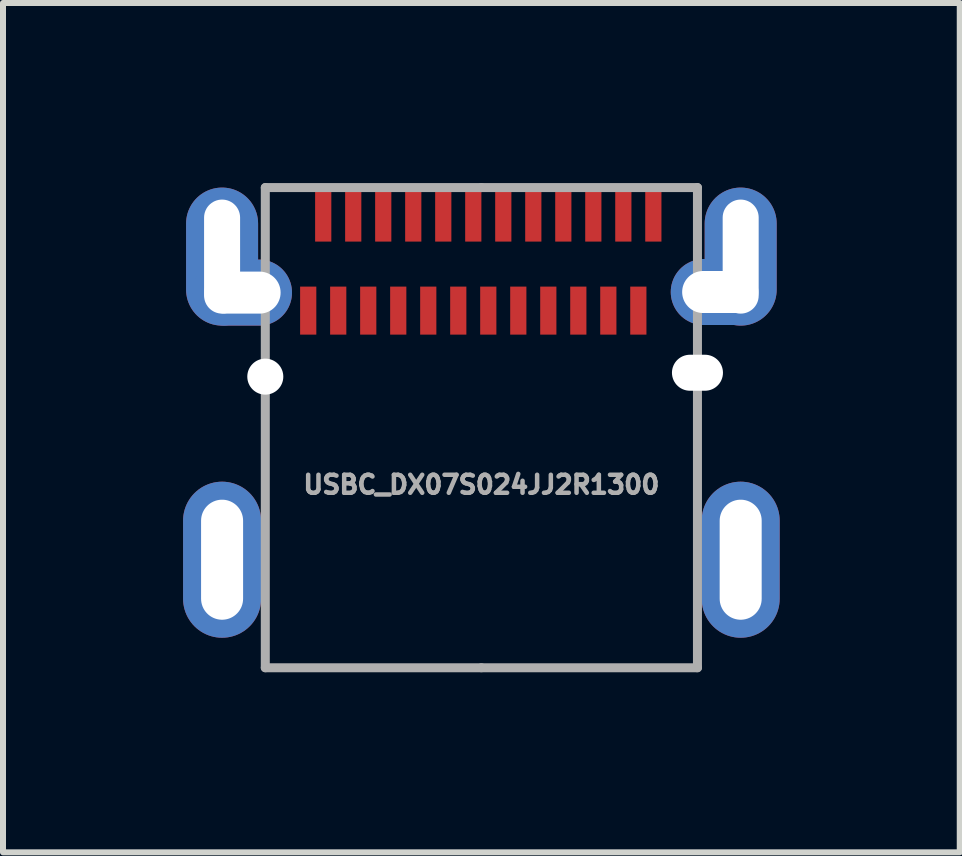
<source format=kicad_pcb>
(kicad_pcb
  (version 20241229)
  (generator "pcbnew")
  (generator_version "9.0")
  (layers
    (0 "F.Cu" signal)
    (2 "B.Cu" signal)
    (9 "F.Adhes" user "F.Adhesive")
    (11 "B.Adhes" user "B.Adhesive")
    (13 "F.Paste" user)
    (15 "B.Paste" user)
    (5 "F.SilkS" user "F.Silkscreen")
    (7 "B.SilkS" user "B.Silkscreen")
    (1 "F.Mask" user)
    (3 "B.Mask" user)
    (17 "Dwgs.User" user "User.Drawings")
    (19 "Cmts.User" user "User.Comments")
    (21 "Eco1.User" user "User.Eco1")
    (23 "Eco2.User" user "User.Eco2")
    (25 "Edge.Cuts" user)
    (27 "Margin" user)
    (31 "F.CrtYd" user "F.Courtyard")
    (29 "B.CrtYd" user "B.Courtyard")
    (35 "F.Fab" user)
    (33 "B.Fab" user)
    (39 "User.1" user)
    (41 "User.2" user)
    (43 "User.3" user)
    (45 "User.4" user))
  (footprint "USBC_DX07S024JJ2R1300"
    (layer "F.Cu")
    (at 4.97 3.225)
    (property "Reference" "USBC_DX07S024JJ2R1300" (at 0 1.8 0) (layer "F.Fab") (effects (font (size 0.3 0.3) (thickness 0.075))))
    (attr smd)
    (fp_line (start -3.6 -3.15) (end 0 -3.15) (stroke (width 0.15) (type solid)) (layer "F.Fab"))
    (fp_line (start -3.6 4.85) (end -3.6 -3.15) (stroke (width 0.15) (type solid)) (layer "F.Fab"))
    (fp_line (start 0 -3.15) (end 3.6 -3.15) (stroke (width 0.15) (type solid)) (layer "F.Fab"))
    (fp_line (start 0 4.85) (end -3.6 4.85) (stroke (width 0.15) (type solid)) (layer "F.Fab"))
    (fp_line (start 3.6 -3.15) (end 3.6 4.85) (stroke (width 0.15) (type solid)) (layer "F.Fab"))
    (fp_line (start 3.6 4.85) (end 0 4.85) (stroke (width 0.15) (type solid)) (layer "F.Fab"))
    (pad "" np_thru_hole circle (at -3.6 0 270) (size 0.6 0.6) (drill 0.6) (layers "*.Mask" "F.Cu"))
    (pad "" np_thru_hole oval (at 3.6 -0.065 270) (size 0.6 0.85) (drill oval 0.6 0.85) (layers "*.Mask" "F.Cu"))
    (pad "A1" smd rect (at -2.635 -2.7) (size 0.27 0.9) (layers "F.Cu" "F.Mask" "F.Paste"))
    (pad "A2" smd rect (at -2.135 -2.7) (size 0.27 0.9) (layers "F.Cu" "F.Mask" "F.Paste"))
    (pad "A3" smd rect (at -1.635 -2.7) (size 0.27 0.9) (layers "F.Cu" "F.Mask" "F.Paste"))
    (pad "A4" smd rect (at -1.135 -2.7) (size 0.27 0.9) (layers "F.Cu" "F.Mask" "F.Paste"))
    (pad "A5" smd rect (at -0.635 -2.7) (size 0.27 0.9) (layers "F.Cu" "F.Mask" "F.Paste"))
    (pad "A6" smd rect (at -0.135 -2.7) (size 0.27 0.9) (layers "F.Cu" "F.Mask" "F.Paste"))
    (pad "A7" smd rect (at 0.365 -2.7) (size 0.27 0.9) (layers "F.Cu" "F.Mask" "F.Paste"))
    (pad "A8" smd rect (at 0.865 -2.7) (size 0.27 0.9) (layers "F.Cu" "F.Mask" "F.Paste"))
    (pad "A9" smd rect (at 1.365 -2.7) (size 0.27 0.9) (layers "F.Cu" "F.Mask" "F.Paste"))
    (pad "A10" smd rect (at 1.865 -2.7) (size 0.27 0.9) (layers "F.Cu" "F.Mask" "F.Paste"))
    (pad "A11" smd rect (at 2.365 -2.7) (size 0.27 0.9) (layers "F.Cu" "F.Mask" "F.Paste"))
    (pad "A12" smd rect (at 2.865 -2.7) (size 0.27 0.9) (layers "F.Cu" "F.Mask" "F.Paste"))
    (pad "B1" smd rect (at 2.615 -1.1) (size 0.27 0.8) (layers "F.Cu" "F.Mask" "F.Paste"))
    (pad "B2" smd rect (at 2.115 -1.1) (size 0.27 0.8) (layers "F.Cu" "F.Mask" "F.Paste"))
    (pad "B3" smd rect (at 1.615 -1.1) (size 0.27 0.8) (layers "F.Cu" "F.Mask" "F.Paste"))
    (pad "B4" smd rect (at 1.115 -1.1) (size 0.27 0.8) (layers "F.Cu" "F.Mask" "F.Paste"))
    (pad "B5" smd rect (at 0.615 -1.1) (size 0.27 0.8) (layers "F.Cu" "F.Mask" "F.Paste"))
    (pad "B6" smd rect (at 0.115 -1.1) (size 0.27 0.8) (layers "F.Cu" "F.Mask" "F.Paste"))
    (pad "B7" smd rect (at -0.385 -1.1) (size 0.27 0.8) (layers "F.Cu" "F.Mask" "F.Paste"))
    (pad "B8" smd rect (at -0.885 -1.1) (size 0.27 0.8) (layers "F.Cu" "F.Mask" "F.Paste"))
    (pad "B9" smd rect (at -1.385 -1.1) (size 0.27 0.8) (layers "F.Cu" "F.Mask" "F.Paste"))
    (pad "B10" smd rect (at -1.885 -1.1) (size 0.27 0.8) (layers "F.Cu" "F.Mask" "F.Paste"))
    (pad "B11" smd rect (at -2.385 -1.1) (size 0.27 0.8) (layers "F.Cu" "F.Mask" "F.Paste"))
    (pad "B12" smd rect (at -2.885 -1.1) (size 0.27 0.8) (layers "F.Cu" "F.Mask" "F.Paste"))
    (pad "G" thru_hole oval (at -4.32 -2 180) (size 1.2 2.3) (drill oval 0.6 1.9) (layers "*.Cu" "*.Mask" "F.Paste"))
    (pad "G" thru_hole oval (at -4.32 3.05) (size 1.3 2.6) (drill oval 0.7 2) (layers "*.Cu" "*.Mask" "F.Paste"))
    (pad "G" thru_hole oval (at -3.98 -1.4 270) (size 1.1 1.65) (drill oval 0.7 1.27) (layers "*.Cu" "*.Mask" "F.Paste"))
    (pad "G" thru_hole oval (at 3.98 -1.41 270) (size 1.1 1.65) (drill oval 0.7 1.27) (layers "*.Cu" "*.Mask" "F.Paste"))
    (pad "G" thru_hole oval (at 4.32 -2 180) (size 1.2 2.3) (drill oval 0.6 1.9) (layers "*.Cu" "*.Mask" "F.Paste"))
    (pad "G" thru_hole oval (at 4.32 3.05) (size 1.3 2.6) (drill oval 0.7 2) (layers "*.Cu" "*.Mask" "F.Paste")))
  (gr_rect
    (start -3 -3)
    (end 12.94 11.15)
    (stroke (width 0.1) (type default))
    (fill no)
    (layer "Edge.Cuts")))
</source>
